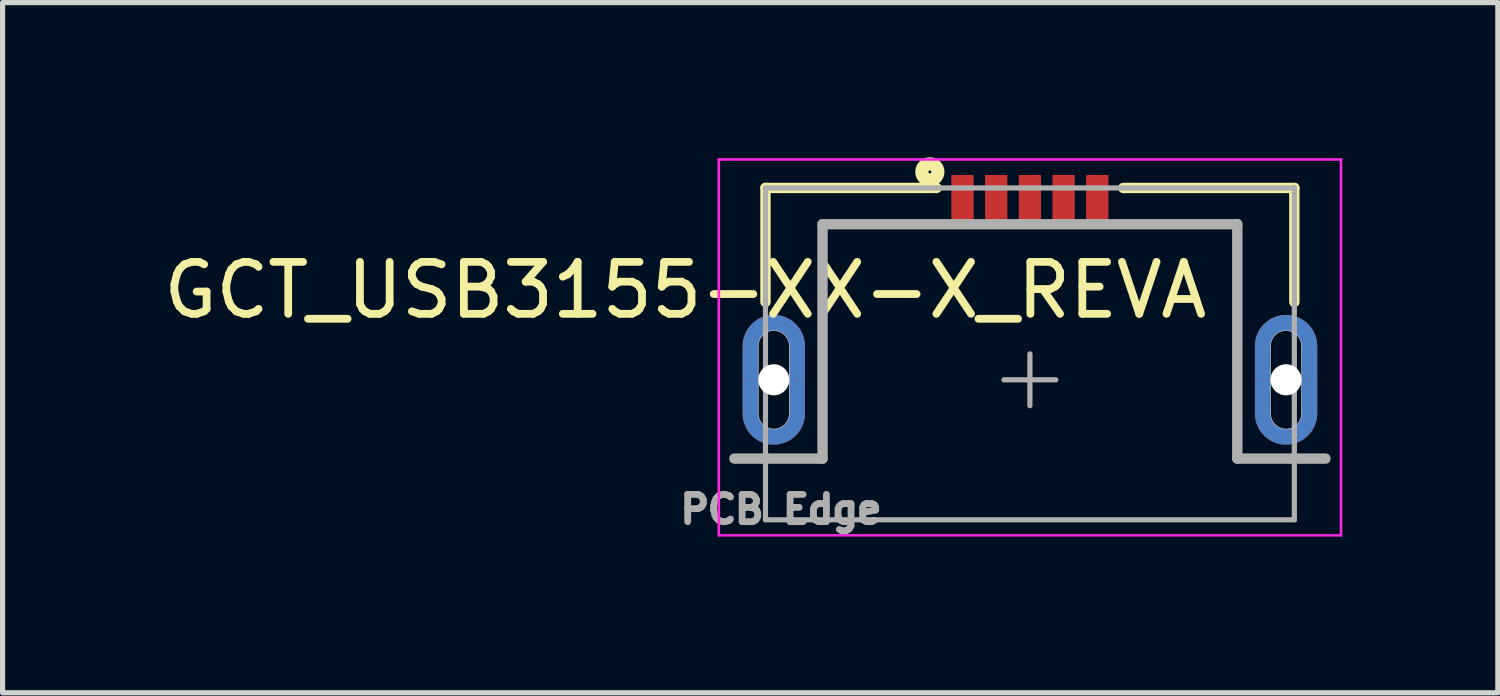
<source format=kicad_pcb>
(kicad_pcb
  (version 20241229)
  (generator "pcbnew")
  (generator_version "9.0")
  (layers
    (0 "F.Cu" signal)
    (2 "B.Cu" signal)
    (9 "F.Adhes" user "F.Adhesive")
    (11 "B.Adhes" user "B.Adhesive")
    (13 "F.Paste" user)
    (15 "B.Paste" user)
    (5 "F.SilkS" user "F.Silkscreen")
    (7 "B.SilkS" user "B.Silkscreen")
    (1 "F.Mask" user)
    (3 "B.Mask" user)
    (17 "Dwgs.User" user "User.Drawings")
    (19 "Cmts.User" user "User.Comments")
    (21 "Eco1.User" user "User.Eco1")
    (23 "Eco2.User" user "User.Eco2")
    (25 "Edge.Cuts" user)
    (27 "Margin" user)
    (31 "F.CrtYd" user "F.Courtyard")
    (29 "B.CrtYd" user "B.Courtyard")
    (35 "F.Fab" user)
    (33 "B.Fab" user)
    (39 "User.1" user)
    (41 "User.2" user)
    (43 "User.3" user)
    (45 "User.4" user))
  (footprint "GCT_USB3155-XX-X_REVA"
    (layer "F.Cu")
    (at 16.814 4.275)
    (property "Reference" "GCT_USB3155-XX-X_REVA" (at -6.647 -1.728 180) (layer "F.SilkS") (effects (font (size 1.002 1.002) (thickness 0.15))))
    (attr smd)
    (fp_poly (pts (xy -5.24 0) (xy -5.54 0) (xy -5.54 0.65) (xy -5.539 0.681) (xy -5.537 0.713) (xy -5.533 0.744) (xy -5.527 0.775) (xy -5.52 0.805) (xy -5.511 0.835) (xy -5.5 0.865) (xy -5.488 0.894) (xy -5.475 0.922) (xy -5.46 0.95) (xy -5.443 0.977) (xy -5.425 1.003) (xy -5.406 1.028) (xy -5.386 1.051) (xy -5.364 1.074) (xy -5.341 1.096) (xy -5.318 1.116) (xy -5.293 1.135) (xy -5.267 1.153) (xy -5.24 1.17) (xy -5.212 1.185) (xy -5.184 1.198) (xy -5.155 1.21) (xy -5.125 1.221) (xy -5.095 1.23) (xy -5.065 1.237) (xy -5.034 1.243) (xy -5.003 1.247) (xy -4.971 1.249) (xy -4.94 1.25) (xy -4.909 1.249) (xy -4.877 1.247) (xy -4.846 1.243) (xy -4.815 1.237) (xy -4.785 1.23) (xy -4.755 1.221) (xy -4.725 1.21) (xy -4.696 1.198) (xy -4.668 1.185) (xy -4.64 1.17) (xy -4.613 1.153) (xy -4.587 1.135) (xy -4.562 1.116) (xy -4.539 1.096) (xy -4.516 1.074) (xy -4.494 1.051) (xy -4.474 1.028) (xy -4.455 1.003) (xy -4.437 0.977) (xy -4.42 0.95) (xy -4.405 0.922) (xy -4.392 0.894) (xy -4.38 0.865) (xy -4.369 0.835) (xy -4.36 0.805) (xy -4.353 0.775) (xy -4.347 0.744) (xy -4.343 0.713) (xy -4.341 0.681) (xy -4.34 0.65) (xy -4.34 0) (xy -4.64 0) (xy -4.64 0.65) (xy -4.64 0.666) (xy -4.642 0.681) (xy -4.644 0.697) (xy -4.647 0.712) (xy -4.65 0.728) (xy -4.655 0.743) (xy -4.66 0.758) (xy -4.666 0.772) (xy -4.673 0.786) (xy -4.68 0.8) (xy -4.688 0.813) (xy -4.697 0.826) (xy -4.707 0.839) (xy -4.717 0.851) (xy -4.728 0.862) (xy -4.739 0.873) (xy -4.751 0.883) (xy -4.764 0.893) (xy -4.777 0.902) (xy -4.79 0.91) (xy -4.804 0.917) (xy -4.818 0.924) (xy -4.832 0.93) (xy -4.847 0.935) (xy -4.862 0.94) (xy -4.878 0.943) (xy -4.893 0.946) (xy -4.909 0.948) (xy -4.924 0.95) (xy -4.94 0.95) (xy -4.956 0.95) (xy -4.971 0.948) (xy -4.987 0.946) (xy -5.002 0.943) (xy -5.018 0.94) (xy -5.033 0.935) (xy -5.048 0.93) (xy -5.062 0.924) (xy -5.076 0.917) (xy -5.09 0.91) (xy -5.103 0.902) (xy -5.116 0.893) (xy -5.129 0.883) (xy -5.141 0.873) (xy -5.152 0.862) (xy -5.163 0.851) (xy -5.173 0.839) (xy -5.183 0.826) (xy -5.192 0.813) (xy -5.2 0.8) (xy -5.207 0.786) (xy -5.214 0.772) (xy -5.22 0.758) (xy -5.225 0.743) (xy -5.23 0.728) (xy -5.233 0.712) (xy -5.236 0.697) (xy -5.238 0.681) (xy -5.24 0.666) (xy -5.24 0.65) (xy -5.24 0)) (stroke (width 0.001) (type solid)) (fill yes) (layer "F.Cu"))
    (fp_poly (pts (xy 4.64 0) (xy 4.34 0) (xy 4.34 0.65) (xy 4.341 0.681) (xy 4.343 0.713) (xy 4.347 0.744) (xy 4.353 0.775) (xy 4.36 0.805) (xy 4.369 0.835) (xy 4.38 0.865) (xy 4.392 0.894) (xy 4.405 0.922) (xy 4.42 0.95) (xy 4.437 0.977) (xy 4.455 1.003) (xy 4.474 1.028) (xy 4.494 1.051) (xy 4.516 1.074) (xy 4.539 1.096) (xy 4.562 1.116) (xy 4.587 1.135) (xy 4.613 1.153) (xy 4.64 1.17) (xy 4.668 1.185) (xy 4.696 1.198) (xy 4.725 1.21) (xy 4.755 1.221) (xy 4.785 1.23) (xy 4.815 1.237) (xy 4.846 1.243) (xy 4.877 1.247) (xy 4.909 1.249) (xy 4.94 1.25) (xy 4.971 1.249) (xy 5.003 1.247) (xy 5.034 1.243) (xy 5.065 1.237) (xy 5.095 1.23) (xy 5.125 1.221) (xy 5.155 1.21) (xy 5.184 1.198) (xy 5.212 1.185) (xy 5.24 1.17) (xy 5.267 1.153) (xy 5.293 1.135) (xy 5.318 1.116) (xy 5.341 1.096) (xy 5.364 1.074) (xy 5.386 1.051) (xy 5.406 1.028) (xy 5.425 1.003) (xy 5.443 0.977) (xy 5.46 0.95) (xy 5.475 0.922) (xy 5.488 0.894) (xy 5.5 0.865) (xy 5.511 0.835) (xy 5.52 0.805) (xy 5.527 0.775) (xy 5.533 0.744) (xy 5.537 0.713) (xy 5.539 0.681) (xy 5.54 0.65) (xy 5.54 0) (xy 5.24 0) (xy 5.24 0.65) (xy 5.24 0.666) (xy 5.238 0.681) (xy 5.236 0.697) (xy 5.233 0.712) (xy 5.23 0.728) (xy 5.225 0.743) (xy 5.22 0.758) (xy 5.214 0.772) (xy 5.207 0.786) (xy 5.2 0.8) (xy 5.192 0.813) (xy 5.183 0.826) (xy 5.173 0.839) (xy 5.163 0.851) (xy 5.152 0.862) (xy 5.141 0.873) (xy 5.129 0.883) (xy 5.116 0.893) (xy 5.103 0.902) (xy 5.09 0.91) (xy 5.076 0.917) (xy 5.062 0.924) (xy 5.048 0.93) (xy 5.033 0.935) (xy 5.018 0.94) (xy 5.002 0.943) (xy 4.987 0.946) (xy 4.971 0.948) (xy 4.956 0.95) (xy 4.94 0.95) (xy 4.924 0.95) (xy 4.909 0.948) (xy 4.893 0.946) (xy 4.878 0.943) (xy 4.862 0.94) (xy 4.847 0.935) (xy 4.832 0.93) (xy 4.818 0.924) (xy 4.804 0.917) (xy 4.79 0.91) (xy 4.777 0.902) (xy 4.764 0.893) (xy 4.751 0.883) (xy 4.739 0.873) (xy 4.728 0.862) (xy 4.717 0.851) (xy 4.707 0.839) (xy 4.697 0.826) (xy 4.688 0.813) (xy 4.68 0.8) (xy 4.673 0.786) (xy 4.666 0.772) (xy 4.66 0.758) (xy 4.655 0.743) (xy 4.65 0.728) (xy 4.647 0.712) (xy 4.644 0.697) (xy 4.642 0.681) (xy 4.64 0.666) (xy 4.64 0.65) (xy 4.64 0)) (stroke (width 0.001) (type solid)) (fill yes) (layer "F.Cu"))
    (fp_poly (pts (xy -5.649 -1.35) (xy -4.24 -1.35) (xy -4.24 1.352) (xy -5.649 1.352)) (stroke (width 0.01) (type solid)) (fill yes) (layer "F.Mask"))
    (fp_poly (pts (xy 4.244 -1.35) (xy 5.64 -1.35) (xy 5.64 1.351) (xy 4.244 1.351)) (stroke (width 0.01) (type solid)) (fill yes) (layer "F.Mask"))
    (fp_poly (pts (xy -5.24 0) (xy -5.54 0) (xy -5.54 0.65) (xy -5.539 0.681) (xy -5.537 0.713) (xy -5.533 0.744) (xy -5.527 0.775) (xy -5.52 0.805) (xy -5.511 0.835) (xy -5.5 0.865) (xy -5.488 0.894) (xy -5.475 0.922) (xy -5.46 0.95) (xy -5.443 0.977) (xy -5.425 1.003) (xy -5.406 1.028) (xy -5.386 1.051) (xy -5.364 1.074) (xy -5.341 1.096) (xy -5.318 1.116) (xy -5.293 1.135) (xy -5.267 1.153) (xy -5.24 1.17) (xy -5.212 1.185) (xy -5.184 1.198) (xy -5.155 1.21) (xy -5.125 1.221) (xy -5.095 1.23) (xy -5.065 1.237) (xy -5.034 1.243) (xy -5.003 1.247) (xy -4.971 1.249) (xy -4.94 1.25) (xy -4.909 1.249) (xy -4.877 1.247) (xy -4.846 1.243) (xy -4.815 1.237) (xy -4.785 1.23) (xy -4.755 1.221) (xy -4.725 1.21) (xy -4.696 1.198) (xy -4.668 1.185) (xy -4.64 1.17) (xy -4.613 1.153) (xy -4.587 1.135) (xy -4.562 1.116) (xy -4.539 1.096) (xy -4.516 1.074) (xy -4.494 1.051) (xy -4.474 1.028) (xy -4.455 1.003) (xy -4.437 0.977) (xy -4.42 0.95) (xy -4.405 0.922) (xy -4.392 0.894) (xy -4.38 0.865) (xy -4.369 0.835) (xy -4.36 0.805) (xy -4.353 0.775) (xy -4.347 0.744) (xy -4.343 0.713) (xy -4.341 0.681) (xy -4.34 0.65) (xy -4.34 0) (xy -4.64 0) (xy -4.64 0.65) (xy -4.64 0.666) (xy -4.642 0.681) (xy -4.644 0.697) (xy -4.647 0.712) (xy -4.65 0.728) (xy -4.655 0.743) (xy -4.66 0.758) (xy -4.666 0.772) (xy -4.673 0.786) (xy -4.68 0.8) (xy -4.688 0.813) (xy -4.697 0.826) (xy -4.707 0.839) (xy -4.717 0.851) (xy -4.728 0.862) (xy -4.739 0.873) (xy -4.751 0.883) (xy -4.764 0.893) (xy -4.777 0.902) (xy -4.79 0.91) (xy -4.804 0.917) (xy -4.818 0.924) (xy -4.832 0.93) (xy -4.847 0.935) (xy -4.862 0.94) (xy -4.878 0.943) (xy -4.893 0.946) (xy -4.909 0.948) (xy -4.924 0.95) (xy -4.94 0.95) (xy -4.956 0.95) (xy -4.971 0.948) (xy -4.987 0.946) (xy -5.002 0.943) (xy -5.018 0.94) (xy -5.033 0.935) (xy -5.048 0.93) (xy -5.062 0.924) (xy -5.076 0.917) (xy -5.09 0.91) (xy -5.103 0.902) (xy -5.116 0.893) (xy -5.129 0.883) (xy -5.141 0.873) (xy -5.152 0.862) (xy -5.163 0.851) (xy -5.173 0.839) (xy -5.183 0.826) (xy -5.192 0.813) (xy -5.2 0.8) (xy -5.207 0.786) (xy -5.214 0.772) (xy -5.22 0.758) (xy -5.225 0.743) (xy -5.23 0.728) (xy -5.233 0.712) (xy -5.236 0.697) (xy -5.238 0.681) (xy -5.24 0.666) (xy -5.24 0.65) (xy -5.24 0)) (stroke (width 0.001) (type solid)) (fill yes) (layer "B.Cu"))
    (fp_poly (pts (xy -4.64 0) (xy -4.34 0) (xy -4.34 -0.65) (xy -4.341 -0.681) (xy -4.343 -0.713) (xy -4.347 -0.744) (xy -4.353 -0.775) (xy -4.36 -0.805) (xy -4.369 -0.835) (xy -4.38 -0.865) (xy -4.392 -0.894) (xy -4.405 -0.922) (xy -4.42 -0.95) (xy -4.437 -0.977) (xy -4.455 -1.003) (xy -4.474 -1.028) (xy -4.494 -1.051) (xy -4.516 -1.074) (xy -4.539 -1.096) (xy -4.562 -1.116) (xy -4.587 -1.135) (xy -4.613 -1.153) (xy -4.64 -1.17) (xy -4.668 -1.185) (xy -4.696 -1.198) (xy -4.725 -1.21) (xy -4.755 -1.221) (xy -4.785 -1.23) (xy -4.815 -1.237) (xy -4.846 -1.243) (xy -4.877 -1.247) (xy -4.909 -1.249) (xy -4.94 -1.25) (xy -4.971 -1.249) (xy -5.003 -1.247) (xy -5.034 -1.243) (xy -5.065 -1.237) (xy -5.095 -1.23) (xy -5.125 -1.221) (xy -5.155 -1.21) (xy -5.184 -1.198) (xy -5.212 -1.185) (xy -5.24 -1.17) (xy -5.267 -1.153) (xy -5.293 -1.135) (xy -5.318 -1.116) (xy -5.341 -1.096) (xy -5.364 -1.074) (xy -5.386 -1.051) (xy -5.406 -1.028) (xy -5.425 -1.003) (xy -5.443 -0.977) (xy -5.46 -0.95) (xy -5.475 -0.922) (xy -5.488 -0.894) (xy -5.5 -0.865) (xy -5.511 -0.835) (xy -5.52 -0.805) (xy -5.527 -0.775) (xy -5.533 -0.744) (xy -5.537 -0.713) (xy -5.539 -0.681) (xy -5.54 -0.65) (xy -5.54 0) (xy -5.24 0) (xy -5.24 -0.65) (xy -5.24 -0.666) (xy -5.238 -0.681) (xy -5.236 -0.697) (xy -5.233 -0.712) (xy -5.23 -0.728) (xy -5.225 -0.743) (xy -5.22 -0.758) (xy -5.214 -0.772) (xy -5.207 -0.786) (xy -5.2 -0.8) (xy -5.192 -0.813) (xy -5.183 -0.826) (xy -5.173 -0.839) (xy -5.163 -0.851) (xy -5.152 -0.862) (xy -5.141 -0.873) (xy -5.129 -0.883) (xy -5.116 -0.893) (xy -5.103 -0.902) (xy -5.09 -0.91) (xy -5.076 -0.917) (xy -5.062 -0.924) (xy -5.048 -0.93) (xy -5.033 -0.935) (xy -5.018 -0.94) (xy -5.002 -0.943) (xy -4.987 -0.946) (xy -4.971 -0.948) (xy -4.956 -0.95) (xy -4.94 -0.95) (xy -4.924 -0.95) (xy -4.909 -0.948) (xy -4.893 -0.946) (xy -4.878 -0.943) (xy -4.862 -0.94) (xy -4.847 -0.935) (xy -4.832 -0.93) (xy -4.818 -0.924) (xy -4.804 -0.917) (xy -4.79 -0.91) (xy -4.777 -0.902) (xy -4.764 -0.893) (xy -4.751 -0.883) (xy -4.739 -0.873) (xy -4.728 -0.862) (xy -4.717 -0.851) (xy -4.707 -0.839) (xy -4.697 -0.826) (xy -4.688 -0.813) (xy -4.68 -0.8) (xy -4.673 -0.786) (xy -4.666 -0.772) (xy -4.66 -0.758) (xy -4.655 -0.743) (xy -4.65 -0.728) (xy -4.647 -0.712) (xy -4.644 -0.697) (xy -4.642 -0.681) (xy -4.64 -0.666) (xy -4.64 -0.65) (xy -4.64 0)) (stroke (width 0.001) (type solid)) (fill yes) (layer "B.Cu"))
    (fp_poly (pts (xy 4.64 0) (xy 4.34 0) (xy 4.34 0.65) (xy 4.341 0.681) (xy 4.343 0.713) (xy 4.347 0.744) (xy 4.353 0.775) (xy 4.36 0.805) (xy 4.369 0.835) (xy 4.38 0.865) (xy 4.392 0.894) (xy 4.405 0.922) (xy 4.42 0.95) (xy 4.437 0.977) (xy 4.455 1.003) (xy 4.474 1.028) (xy 4.494 1.051) (xy 4.516 1.074) (xy 4.539 1.096) (xy 4.562 1.116) (xy 4.587 1.135) (xy 4.613 1.153) (xy 4.64 1.17) (xy 4.668 1.185) (xy 4.696 1.198) (xy 4.725 1.21) (xy 4.755 1.221) (xy 4.785 1.23) (xy 4.815 1.237) (xy 4.846 1.243) (xy 4.877 1.247) (xy 4.909 1.249) (xy 4.94 1.25) (xy 4.971 1.249) (xy 5.003 1.247) (xy 5.034 1.243) (xy 5.065 1.237) (xy 5.095 1.23) (xy 5.125 1.221) (xy 5.155 1.21) (xy 5.184 1.198) (xy 5.212 1.185) (xy 5.24 1.17) (xy 5.267 1.153) (xy 5.293 1.135) (xy 5.318 1.116) (xy 5.341 1.096) (xy 5.364 1.074) (xy 5.386 1.051) (xy 5.406 1.028) (xy 5.425 1.003) (xy 5.443 0.977) (xy 5.46 0.95) (xy 5.475 0.922) (xy 5.488 0.894) (xy 5.5 0.865) (xy 5.511 0.835) (xy 5.52 0.805) (xy 5.527 0.775) (xy 5.533 0.744) (xy 5.537 0.713) (xy 5.539 0.681) (xy 5.54 0.65) (xy 5.54 0) (xy 5.24 0) (xy 5.24 0.65) (xy 5.24 0.666) (xy 5.238 0.681) (xy 5.236 0.697) (xy 5.233 0.712) (xy 5.23 0.728) (xy 5.225 0.743) (xy 5.22 0.758) (xy 5.214 0.772) (xy 5.207 0.786) (xy 5.2 0.8) (xy 5.192 0.813) (xy 5.183 0.826) (xy 5.173 0.839) (xy 5.163 0.851) (xy 5.152 0.862) (xy 5.141 0.873) (xy 5.129 0.883) (xy 5.116 0.893) (xy 5.103 0.902) (xy 5.09 0.91) (xy 5.076 0.917) (xy 5.062 0.924) (xy 5.048 0.93) (xy 5.033 0.935) (xy 5.018 0.94) (xy 5.002 0.943) (xy 4.987 0.946) (xy 4.971 0.948) (xy 4.956 0.95) (xy 4.94 0.95) (xy 4.924 0.95) (xy 4.909 0.948) (xy 4.893 0.946) (xy 4.878 0.943) (xy 4.862 0.94) (xy 4.847 0.935) (xy 4.832 0.93) (xy 4.818 0.924) (xy 4.804 0.917) (xy 4.79 0.91) (xy 4.777 0.902) (xy 4.764 0.893) (xy 4.751 0.883) (xy 4.739 0.873) (xy 4.728 0.862) (xy 4.717 0.851) (xy 4.707 0.839) (xy 4.697 0.826) (xy 4.688 0.813) (xy 4.68 0.8) (xy 4.673 0.786) (xy 4.666 0.772) (xy 4.66 0.758) (xy 4.655 0.743) (xy 4.65 0.728) (xy 4.647 0.712) (xy 4.644 0.697) (xy 4.642 0.681) (xy 4.64 0.666) (xy 4.64 0.65) (xy 4.64 0)) (stroke (width 0.001) (type solid)) (fill yes) (layer "B.Cu"))
    (fp_poly (pts (xy 5.24 0) (xy 5.54 0) (xy 5.54 -0.65) (xy 5.539 -0.681) (xy 5.537 -0.713) (xy 5.533 -0.744) (xy 5.527 -0.775) (xy 5.52 -0.805) (xy 5.511 -0.835) (xy 5.5 -0.865) (xy 5.488 -0.894) (xy 5.475 -0.922) (xy 5.46 -0.95) (xy 5.443 -0.977) (xy 5.425 -1.003) (xy 5.406 -1.028) (xy 5.386 -1.051) (xy 5.364 -1.074) (xy 5.341 -1.096) (xy 5.318 -1.116) (xy 5.293 -1.135) (xy 5.267 -1.153) (xy 5.24 -1.17) (xy 5.212 -1.185) (xy 5.184 -1.198) (xy 5.155 -1.21) (xy 5.125 -1.221) (xy 5.095 -1.23) (xy 5.065 -1.237) (xy 5.034 -1.243) (xy 5.003 -1.247) (xy 4.971 -1.249) (xy 4.94 -1.25) (xy 4.909 -1.249) (xy 4.877 -1.247) (xy 4.846 -1.243) (xy 4.815 -1.237) (xy 4.785 -1.23) (xy 4.755 -1.221) (xy 4.725 -1.21) (xy 4.696 -1.198) (xy 4.668 -1.185) (xy 4.64 -1.17) (xy 4.613 -1.153) (xy 4.587 -1.135) (xy 4.562 -1.116) (xy 4.539 -1.096) (xy 4.516 -1.074) (xy 4.494 -1.051) (xy 4.474 -1.028) (xy 4.455 -1.003) (xy 4.437 -0.977) (xy 4.42 -0.95) (xy 4.405 -0.922) (xy 4.392 -0.894) (xy 4.38 -0.865) (xy 4.369 -0.835) (xy 4.36 -0.805) (xy 4.353 -0.775) (xy 4.347 -0.744) (xy 4.343 -0.713) (xy 4.341 -0.681) (xy 4.34 -0.65) (xy 4.34 0) (xy 4.64 0) (xy 4.64 -0.65) (xy 4.64 -0.666) (xy 4.642 -0.681) (xy 4.644 -0.697) (xy 4.647 -0.712) (xy 4.65 -0.728) (xy 4.655 -0.743) (xy 4.66 -0.758) (xy 4.666 -0.772) (xy 4.673 -0.786) (xy 4.68 -0.8) (xy 4.688 -0.813) (xy 4.697 -0.826) (xy 4.707 -0.839) (xy 4.717 -0.851) (xy 4.728 -0.862) (xy 4.739 -0.873) (xy 4.751 -0.883) (xy 4.764 -0.893) (xy 4.777 -0.902) (xy 4.79 -0.91) (xy 4.804 -0.917) (xy 4.818 -0.924) (xy 4.832 -0.93) (xy 4.847 -0.935) (xy 4.862 -0.94) (xy 4.878 -0.943) (xy 4.893 -0.946) (xy 4.909 -0.948) (xy 4.924 -0.95) (xy 4.94 -0.95) (xy 4.956 -0.95) (xy 4.971 -0.948) (xy 4.987 -0.946) (xy 5.002 -0.943) (xy 5.018 -0.94) (xy 5.033 -0.935) (xy 5.048 -0.93) (xy 5.062 -0.924) (xy 5.076 -0.917) (xy 5.09 -0.91) (xy 5.103 -0.902) (xy 5.116 -0.893) (xy 5.129 -0.883) (xy 5.141 -0.873) (xy 5.152 -0.862) (xy 5.163 -0.851) (xy 5.173 -0.839) (xy 5.183 -0.826) (xy 5.192 -0.813) (xy 5.2 -0.8) (xy 5.207 -0.786) (xy 5.214 -0.772) (xy 5.22 -0.758) (xy 5.225 -0.743) (xy 5.23 -0.728) (xy 5.233 -0.712) (xy 5.236 -0.697) (xy 5.238 -0.681) (xy 5.24 -0.666) (xy 5.24 -0.65) (xy 5.24 0)) (stroke (width 0.001) (type solid)) (fill yes) (layer "B.Cu"))
    (fp_poly (pts (xy -5.643 -1.35) (xy -4.24 -1.35) (xy -4.24 1.351) (xy -5.643 1.351)) (stroke (width 0.01) (type solid)) (fill yes) (layer "B.Mask"))
    (fp_poly (pts (xy 4.243 -1.35) (xy 5.64 -1.35) (xy 5.64 1.351) (xy 4.243 1.351)) (stroke (width 0.01) (type solid)) (fill yes) (layer "B.Mask"))
    (fp_line (start -5.1 -3.7) (end -1.8 -3.7) (stroke (width 0.2) (type solid)) (layer "F.SilkS"))
    (fp_line (start -5.1 -1.5) (end -5.1 -3.7) (stroke (width 0.2) (type solid)) (layer "F.SilkS"))
    (fp_line (start 1.8 -3.7) (end 5.1 -3.7) (stroke (width 0.2) (type solid)) (layer "F.SilkS"))
    (fp_line (start 5.1 -1.5) (end 5.1 -3.7) (stroke (width 0.2) (type solid)) (layer "F.SilkS"))
    (fp_circle (center -1.93 -4.01) (end -1.902 -4.01) (stroke (width 0.254) (type solid)) (fill no) (layer "F.SilkS"))
    (fp_poly (pts (xy -5.24 0) (xy -5.54 0) (xy -5.54 0.65) (xy -5.539 0.681) (xy -5.537 0.713) (xy -5.533 0.744) (xy -5.527 0.775) (xy -5.52 0.805) (xy -5.511 0.835) (xy -5.5 0.865) (xy -5.488 0.894) (xy -5.475 0.922) (xy -5.46 0.95) (xy -5.443 0.977) (xy -5.425 1.003) (xy -5.406 1.028) (xy -5.386 1.051) (xy -5.364 1.074) (xy -5.341 1.096) (xy -5.318 1.116) (xy -5.293 1.135) (xy -5.267 1.153) (xy -5.24 1.17) (xy -5.212 1.185) (xy -5.184 1.198) (xy -5.155 1.21) (xy -5.125 1.221) (xy -5.095 1.23) (xy -5.065 1.237) (xy -5.034 1.243) (xy -5.003 1.247) (xy -4.971 1.249) (xy -4.94 1.25) (xy -4.909 1.249) (xy -4.877 1.247) (xy -4.846 1.243) (xy -4.815 1.237) (xy -4.785 1.23) (xy -4.755 1.221) (xy -4.725 1.21) (xy -4.696 1.198) (xy -4.668 1.185) (xy -4.64 1.17) (xy -4.613 1.153) (xy -4.587 1.135) (xy -4.562 1.116) (xy -4.539 1.096) (xy -4.516 1.074) (xy -4.494 1.051) (xy -4.474 1.028) (xy -4.455 1.003) (xy -4.437 0.977) (xy -4.42 0.95) (xy -4.405 0.922) (xy -4.392 0.894) (xy -4.38 0.865) (xy -4.369 0.835) (xy -4.36 0.805) (xy -4.353 0.775) (xy -4.347 0.744) (xy -4.343 0.713) (xy -4.341 0.681) (xy -4.34 0.65) (xy -4.34 0) (xy -4.64 0) (xy -4.64 0.65) (xy -4.64 0.666) (xy -4.642 0.681) (xy -4.644 0.697) (xy -4.647 0.712) (xy -4.65 0.728) (xy -4.655 0.743) (xy -4.66 0.758) (xy -4.666 0.772) (xy -4.673 0.786) (xy -4.68 0.8) (xy -4.688 0.813) (xy -4.697 0.826) (xy -4.707 0.839) (xy -4.717 0.851) (xy -4.728 0.862) (xy -4.739 0.873) (xy -4.751 0.883) (xy -4.764 0.893) (xy -4.777 0.902) (xy -4.79 0.91) (xy -4.804 0.917) (xy -4.818 0.924) (xy -4.832 0.93) (xy -4.847 0.935) (xy -4.862 0.94) (xy -4.878 0.943) (xy -4.893 0.946) (xy -4.909 0.948) (xy -4.924 0.95) (xy -4.94 0.95) (xy -4.956 0.95) (xy -4.971 0.948) (xy -4.987 0.946) (xy -5.002 0.943) (xy -5.018 0.94) (xy -5.033 0.935) (xy -5.048 0.93) (xy -5.062 0.924) (xy -5.076 0.917) (xy -5.09 0.91) (xy -5.103 0.902) (xy -5.116 0.893) (xy -5.129 0.883) (xy -5.141 0.873) (xy -5.152 0.862) (xy -5.163 0.851) (xy -5.173 0.839) (xy -5.183 0.826) (xy -5.192 0.813) (xy -5.2 0.8) (xy -5.207 0.786) (xy -5.214 0.772) (xy -5.22 0.758) (xy -5.225 0.743) (xy -5.23 0.728) (xy -5.233 0.712) (xy -5.236 0.697) (xy -5.238 0.681) (xy -5.24 0.666) (xy -5.24 0.65) (xy -5.24 0)) (stroke (width 0.001) (type solid)) (fill yes) (layer "F.Paste"))
    (fp_poly (pts (xy -4.64 0) (xy -4.34 0) (xy -4.34 -0.65) (xy -4.341 -0.681) (xy -4.343 -0.713) (xy -4.347 -0.744) (xy -4.353 -0.775) (xy -4.36 -0.805) (xy -4.369 -0.835) (xy -4.38 -0.865) (xy -4.392 -0.894) (xy -4.405 -0.922) (xy -4.42 -0.95) (xy -4.437 -0.977) (xy -4.455 -1.003) (xy -4.474 -1.028) (xy -4.494 -1.051) (xy -4.516 -1.074) (xy -4.539 -1.096) (xy -4.562 -1.116) (xy -4.587 -1.135) (xy -4.613 -1.153) (xy -4.64 -1.17) (xy -4.668 -1.185) (xy -4.696 -1.198) (xy -4.725 -1.21) (xy -4.755 -1.221) (xy -4.785 -1.23) (xy -4.815 -1.237) (xy -4.846 -1.243) (xy -4.877 -1.247) (xy -4.909 -1.249) (xy -4.94 -1.25) (xy -4.971 -1.249) (xy -5.003 -1.247) (xy -5.034 -1.243) (xy -5.065 -1.237) (xy -5.095 -1.23) (xy -5.125 -1.221) (xy -5.155 -1.21) (xy -5.184 -1.198) (xy -5.212 -1.185) (xy -5.24 -1.17) (xy -5.267 -1.153) (xy -5.293 -1.135) (xy -5.318 -1.116) (xy -5.341 -1.096) (xy -5.364 -1.074) (xy -5.386 -1.051) (xy -5.406 -1.028) (xy -5.425 -1.003) (xy -5.443 -0.977) (xy -5.46 -0.95) (xy -5.475 -0.922) (xy -5.488 -0.894) (xy -5.5 -0.865) (xy -5.511 -0.835) (xy -5.52 -0.805) (xy -5.527 -0.775) (xy -5.533 -0.744) (xy -5.537 -0.713) (xy -5.539 -0.681) (xy -5.54 -0.65) (xy -5.54 0) (xy -5.24 0) (xy -5.24 -0.65) (xy -5.24 -0.666) (xy -5.238 -0.681) (xy -5.236 -0.697) (xy -5.233 -0.712) (xy -5.23 -0.728) (xy -5.225 -0.743) (xy -5.22 -0.758) (xy -5.214 -0.772) (xy -5.207 -0.786) (xy -5.2 -0.8) (xy -5.192 -0.813) (xy -5.183 -0.826) (xy -5.173 -0.839) (xy -5.163 -0.851) (xy -5.152 -0.862) (xy -5.141 -0.873) (xy -5.129 -0.883) (xy -5.116 -0.893) (xy -5.103 -0.902) (xy -5.09 -0.91) (xy -5.076 -0.917) (xy -5.062 -0.924) (xy -5.048 -0.93) (xy -5.033 -0.935) (xy -5.018 -0.94) (xy -5.002 -0.943) (xy -4.987 -0.946) (xy -4.971 -0.948) (xy -4.956 -0.95) (xy -4.94 -0.95) (xy -4.924 -0.95) (xy -4.909 -0.948) (xy -4.893 -0.946) (xy -4.878 -0.943) (xy -4.862 -0.94) (xy -4.847 -0.935) (xy -4.832 -0.93) (xy -4.818 -0.924) (xy -4.804 -0.917) (xy -4.79 -0.91) (xy -4.777 -0.902) (xy -4.764 -0.893) (xy -4.751 -0.883) (xy -4.739 -0.873) (xy -4.728 -0.862) (xy -4.717 -0.851) (xy -4.707 -0.839) (xy -4.697 -0.826) (xy -4.688 -0.813) (xy -4.68 -0.8) (xy -4.673 -0.786) (xy -4.666 -0.772) (xy -4.66 -0.758) (xy -4.655 -0.743) (xy -4.65 -0.728) (xy -4.647 -0.712) (xy -4.644 -0.697) (xy -4.642 -0.681) (xy -4.64 -0.666) (xy -4.64 -0.65) (xy -4.64 0)) (stroke (width 0.001) (type solid)) (fill yes) (layer "F.Paste"))
    (fp_poly (pts (xy 4.64 0) (xy 4.34 0) (xy 4.34 0.65) (xy 4.341 0.681) (xy 4.343 0.713) (xy 4.347 0.744) (xy 4.353 0.775) (xy 4.36 0.805) (xy 4.369 0.835) (xy 4.38 0.865) (xy 4.392 0.894) (xy 4.405 0.922) (xy 4.42 0.95) (xy 4.437 0.977) (xy 4.455 1.003) (xy 4.474 1.028) (xy 4.494 1.051) (xy 4.516 1.074) (xy 4.539 1.096) (xy 4.562 1.116) (xy 4.587 1.135) (xy 4.613 1.153) (xy 4.64 1.17) (xy 4.668 1.185) (xy 4.696 1.198) (xy 4.725 1.21) (xy 4.755 1.221) (xy 4.785 1.23) (xy 4.815 1.237) (xy 4.846 1.243) (xy 4.877 1.247) (xy 4.909 1.249) (xy 4.94 1.25) (xy 4.971 1.249) (xy 5.003 1.247) (xy 5.034 1.243) (xy 5.065 1.237) (xy 5.095 1.23) (xy 5.125 1.221) (xy 5.155 1.21) (xy 5.184 1.198) (xy 5.212 1.185) (xy 5.24 1.17) (xy 5.267 1.153) (xy 5.293 1.135) (xy 5.318 1.116) (xy 5.341 1.096) (xy 5.364 1.074) (xy 5.386 1.051) (xy 5.406 1.028) (xy 5.425 1.003) (xy 5.443 0.977) (xy 5.46 0.95) (xy 5.475 0.922) (xy 5.488 0.894) (xy 5.5 0.865) (xy 5.511 0.835) (xy 5.52 0.805) (xy 5.527 0.775) (xy 5.533 0.744) (xy 5.537 0.713) (xy 5.539 0.681) (xy 5.54 0.65) (xy 5.54 0) (xy 5.24 0) (xy 5.24 0.65) (xy 5.24 0.666) (xy 5.238 0.681) (xy 5.236 0.697) (xy 5.233 0.712) (xy 5.23 0.728) (xy 5.225 0.743) (xy 5.22 0.758) (xy 5.214 0.772) (xy 5.207 0.786) (xy 5.2 0.8) (xy 5.192 0.813) (xy 5.183 0.826) (xy 5.173 0.839) (xy 5.163 0.851) (xy 5.152 0.862) (xy 5.141 0.873) (xy 5.129 0.883) (xy 5.116 0.893) (xy 5.103 0.902) (xy 5.09 0.91) (xy 5.076 0.917) (xy 5.062 0.924) (xy 5.048 0.93) (xy 5.033 0.935) (xy 5.018 0.94) (xy 5.002 0.943) (xy 4.987 0.946) (xy 4.971 0.948) (xy 4.956 0.95) (xy 4.94 0.95) (xy 4.924 0.95) (xy 4.909 0.948) (xy 4.893 0.946) (xy 4.878 0.943) (xy 4.862 0.94) (xy 4.847 0.935) (xy 4.832 0.93) (xy 4.818 0.924) (xy 4.804 0.917) (xy 4.79 0.91) (xy 4.777 0.902) (xy 4.764 0.893) (xy 4.751 0.883) (xy 4.739 0.873) (xy 4.728 0.862) (xy 4.717 0.851) (xy 4.707 0.839) (xy 4.697 0.826) (xy 4.688 0.813) (xy 4.68 0.8) (xy 4.673 0.786) (xy 4.666 0.772) (xy 4.66 0.758) (xy 4.655 0.743) (xy 4.65 0.728) (xy 4.647 0.712) (xy 4.644 0.697) (xy 4.642 0.681) (xy 4.64 0.666) (xy 4.64 0.65) (xy 4.64 0)) (stroke (width 0.001) (type solid)) (fill yes) (layer "F.Paste"))
    (fp_poly (pts (xy 5.24 0) (xy 5.54 0) (xy 5.54 -0.65) (xy 5.539 -0.681) (xy 5.537 -0.713) (xy 5.533 -0.744) (xy 5.527 -0.775) (xy 5.52 -0.805) (xy 5.511 -0.835) (xy 5.5 -0.865) (xy 5.488 -0.894) (xy 5.475 -0.922) (xy 5.46 -0.95) (xy 5.443 -0.977) (xy 5.425 -1.003) (xy 5.406 -1.028) (xy 5.386 -1.051) (xy 5.364 -1.074) (xy 5.341 -1.096) (xy 5.318 -1.116) (xy 5.293 -1.135) (xy 5.267 -1.153) (xy 5.24 -1.17) (xy 5.212 -1.185) (xy 5.184 -1.198) (xy 5.155 -1.21) (xy 5.125 -1.221) (xy 5.095 -1.23) (xy 5.065 -1.237) (xy 5.034 -1.243) (xy 5.003 -1.247) (xy 4.971 -1.249) (xy 4.94 -1.25) (xy 4.909 -1.249) (xy 4.877 -1.247) (xy 4.846 -1.243) (xy 4.815 -1.237) (xy 4.785 -1.23) (xy 4.755 -1.221) (xy 4.725 -1.21) (xy 4.696 -1.198) (xy 4.668 -1.185) (xy 4.64 -1.17) (xy 4.613 -1.153) (xy 4.587 -1.135) (xy 4.562 -1.116) (xy 4.539 -1.096) (xy 4.516 -1.074) (xy 4.494 -1.051) (xy 4.474 -1.028) (xy 4.455 -1.003) (xy 4.437 -0.977) (xy 4.42 -0.95) (xy 4.405 -0.922) (xy 4.392 -0.894) (xy 4.38 -0.865) (xy 4.369 -0.835) (xy 4.36 -0.805) (xy 4.353 -0.775) (xy 4.347 -0.744) (xy 4.343 -0.713) (xy 4.341 -0.681) (xy 4.34 -0.65) (xy 4.34 0) (xy 4.64 0) (xy 4.64 -0.65) (xy 4.64 -0.666) (xy 4.642 -0.681) (xy 4.644 -0.697) (xy 4.647 -0.712) (xy 4.65 -0.728) (xy 4.655 -0.743) (xy 4.66 -0.758) (xy 4.666 -0.772) (xy 4.673 -0.786) (xy 4.68 -0.8) (xy 4.688 -0.813) (xy 4.697 -0.826) (xy 4.707 -0.839) (xy 4.717 -0.851) (xy 4.728 -0.862) (xy 4.739 -0.873) (xy 4.751 -0.883) (xy 4.764 -0.893) (xy 4.777 -0.902) (xy 4.79 -0.91) (xy 4.804 -0.917) (xy 4.818 -0.924) (xy 4.832 -0.93) (xy 4.847 -0.935) (xy 4.862 -0.94) (xy 4.878 -0.943) (xy 4.893 -0.946) (xy 4.909 -0.948) (xy 4.924 -0.95) (xy 4.94 -0.95) (xy 4.956 -0.95) (xy 4.971 -0.948) (xy 4.987 -0.946) (xy 5.002 -0.943) (xy 5.018 -0.94) (xy 5.033 -0.935) (xy 5.048 -0.93) (xy 5.062 -0.924) (xy 5.076 -0.917) (xy 5.09 -0.91) (xy 5.103 -0.902) (xy 5.116 -0.893) (xy 5.129 -0.883) (xy 5.141 -0.873) (xy 5.152 -0.862) (xy 5.163 -0.851) (xy 5.173 -0.839) (xy 5.183 -0.826) (xy 5.192 -0.813) (xy 5.2 -0.8) (xy 5.207 -0.786) (xy 5.214 -0.772) (xy 5.22 -0.758) (xy 5.225 -0.743) (xy 5.23 -0.728) (xy 5.233 -0.712) (xy 5.236 -0.697) (xy 5.238 -0.681) (xy 5.24 -0.666) (xy 5.24 -0.65) (xy 5.24 0)) (stroke (width 0.001) (type solid)) (fill yes) (layer "F.Paste"))
    (fp_poly (pts (xy -5.24 0) (xy -5.54 0) (xy -5.54 0.65) (xy -5.539 0.681) (xy -5.537 0.713) (xy -5.533 0.744) (xy -5.527 0.775) (xy -5.52 0.805) (xy -5.511 0.835) (xy -5.5 0.865) (xy -5.488 0.894) (xy -5.475 0.922) (xy -5.46 0.95) (xy -5.443 0.977) (xy -5.425 1.003) (xy -5.406 1.028) (xy -5.386 1.051) (xy -5.364 1.074) (xy -5.341 1.096) (xy -5.318 1.116) (xy -5.293 1.135) (xy -5.267 1.153) (xy -5.24 1.17) (xy -5.212 1.185) (xy -5.184 1.198) (xy -5.155 1.21) (xy -5.125 1.221) (xy -5.095 1.23) (xy -5.065 1.237) (xy -5.034 1.243) (xy -5.003 1.247) (xy -4.971 1.249) (xy -4.94 1.25) (xy -4.909 1.249) (xy -4.877 1.247) (xy -4.846 1.243) (xy -4.815 1.237) (xy -4.785 1.23) (xy -4.755 1.221) (xy -4.725 1.21) (xy -4.696 1.198) (xy -4.668 1.185) (xy -4.64 1.17) (xy -4.613 1.153) (xy -4.587 1.135) (xy -4.562 1.116) (xy -4.539 1.096) (xy -4.516 1.074) (xy -4.494 1.051) (xy -4.474 1.028) (xy -4.455 1.003) (xy -4.437 0.977) (xy -4.42 0.95) (xy -4.405 0.922) (xy -4.392 0.894) (xy -4.38 0.865) (xy -4.369 0.835) (xy -4.36 0.805) (xy -4.353 0.775) (xy -4.347 0.744) (xy -4.343 0.713) (xy -4.341 0.681) (xy -4.34 0.65) (xy -4.34 0) (xy -4.64 0) (xy -4.64 0.65) (xy -4.64 0.666) (xy -4.642 0.681) (xy -4.644 0.697) (xy -4.647 0.712) (xy -4.65 0.728) (xy -4.655 0.743) (xy -4.66 0.758) (xy -4.666 0.772) (xy -4.673 0.786) (xy -4.68 0.8) (xy -4.688 0.813) (xy -4.697 0.826) (xy -4.707 0.839) (xy -4.717 0.851) (xy -4.728 0.862) (xy -4.739 0.873) (xy -4.751 0.883) (xy -4.764 0.893) (xy -4.777 0.902) (xy -4.79 0.91) (xy -4.804 0.917) (xy -4.818 0.924) (xy -4.832 0.93) (xy -4.847 0.935) (xy -4.862 0.94) (xy -4.878 0.943) (xy -4.893 0.946) (xy -4.909 0.948) (xy -4.924 0.95) (xy -4.94 0.95) (xy -4.956 0.95) (xy -4.971 0.948) (xy -4.987 0.946) (xy -5.002 0.943) (xy -5.018 0.94) (xy -5.033 0.935) (xy -5.048 0.93) (xy -5.062 0.924) (xy -5.076 0.917) (xy -5.09 0.91) (xy -5.103 0.902) (xy -5.116 0.893) (xy -5.129 0.883) (xy -5.141 0.873) (xy -5.152 0.862) (xy -5.163 0.851) (xy -5.173 0.839) (xy -5.183 0.826) (xy -5.192 0.813) (xy -5.2 0.8) (xy -5.207 0.786) (xy -5.214 0.772) (xy -5.22 0.758) (xy -5.225 0.743) (xy -5.23 0.728) (xy -5.233 0.712) (xy -5.236 0.697) (xy -5.238 0.681) (xy -5.24 0.666) (xy -5.24 0.65) (xy -5.24 0)) (stroke (width 0.001) (type solid)) (fill yes) (layer "B.Paste"))
    (fp_poly (pts (xy -4.64 0) (xy -4.34 0) (xy -4.34 -0.65) (xy -4.341 -0.681) (xy -4.343 -0.713) (xy -4.347 -0.744) (xy -4.353 -0.775) (xy -4.36 -0.805) (xy -4.369 -0.835) (xy -4.38 -0.865) (xy -4.392 -0.894) (xy -4.405 -0.922) (xy -4.42 -0.95) (xy -4.437 -0.977) (xy -4.455 -1.003) (xy -4.474 -1.028) (xy -4.494 -1.051) (xy -4.516 -1.074) (xy -4.539 -1.096) (xy -4.562 -1.116) (xy -4.587 -1.135) (xy -4.613 -1.153) (xy -4.64 -1.17) (xy -4.668 -1.185) (xy -4.696 -1.198) (xy -4.725 -1.21) (xy -4.755 -1.221) (xy -4.785 -1.23) (xy -4.815 -1.237) (xy -4.846 -1.243) (xy -4.877 -1.247) (xy -4.909 -1.249) (xy -4.94 -1.25) (xy -4.971 -1.249) (xy -5.003 -1.247) (xy -5.034 -1.243) (xy -5.065 -1.237) (xy -5.095 -1.23) (xy -5.125 -1.221) (xy -5.155 -1.21) (xy -5.184 -1.198) (xy -5.212 -1.185) (xy -5.24 -1.17) (xy -5.267 -1.153) (xy -5.293 -1.135) (xy -5.318 -1.116) (xy -5.341 -1.096) (xy -5.364 -1.074) (xy -5.386 -1.051) (xy -5.406 -1.028) (xy -5.425 -1.003) (xy -5.443 -0.977) (xy -5.46 -0.95) (xy -5.475 -0.922) (xy -5.488 -0.894) (xy -5.5 -0.865) (xy -5.511 -0.835) (xy -5.52 -0.805) (xy -5.527 -0.775) (xy -5.533 -0.744) (xy -5.537 -0.713) (xy -5.539 -0.681) (xy -5.54 -0.65) (xy -5.54 0) (xy -5.24 0) (xy -5.24 -0.65) (xy -5.24 -0.666) (xy -5.238 -0.681) (xy -5.236 -0.697) (xy -5.233 -0.712) (xy -5.23 -0.728) (xy -5.225 -0.743) (xy -5.22 -0.758) (xy -5.214 -0.772) (xy -5.207 -0.786) (xy -5.2 -0.8) (xy -5.192 -0.813) (xy -5.183 -0.826) (xy -5.173 -0.839) (xy -5.163 -0.851) (xy -5.152 -0.862) (xy -5.141 -0.873) (xy -5.129 -0.883) (xy -5.116 -0.893) (xy -5.103 -0.902) (xy -5.09 -0.91) (xy -5.076 -0.917) (xy -5.062 -0.924) (xy -5.048 -0.93) (xy -5.033 -0.935) (xy -5.018 -0.94) (xy -5.002 -0.943) (xy -4.987 -0.946) (xy -4.971 -0.948) (xy -4.956 -0.95) (xy -4.94 -0.95) (xy -4.924 -0.95) (xy -4.909 -0.948) (xy -4.893 -0.946) (xy -4.878 -0.943) (xy -4.862 -0.94) (xy -4.847 -0.935) (xy -4.832 -0.93) (xy -4.818 -0.924) (xy -4.804 -0.917) (xy -4.79 -0.91) (xy -4.777 -0.902) (xy -4.764 -0.893) (xy -4.751 -0.883) (xy -4.739 -0.873) (xy -4.728 -0.862) (xy -4.717 -0.851) (xy -4.707 -0.839) (xy -4.697 -0.826) (xy -4.688 -0.813) (xy -4.68 -0.8) (xy -4.673 -0.786) (xy -4.666 -0.772) (xy -4.66 -0.758) (xy -4.655 -0.743) (xy -4.65 -0.728) (xy -4.647 -0.712) (xy -4.644 -0.697) (xy -4.642 -0.681) (xy -4.64 -0.666) (xy -4.64 -0.65) (xy -4.64 0)) (stroke (width 0.001) (type solid)) (fill yes) (layer "B.Paste"))
    (fp_poly (pts (xy 4.64 0) (xy 4.34 0) (xy 4.34 0.65) (xy 4.341 0.681) (xy 4.343 0.713) (xy 4.347 0.744) (xy 4.353 0.775) (xy 4.36 0.805) (xy 4.369 0.835) (xy 4.38 0.865) (xy 4.392 0.894) (xy 4.405 0.922) (xy 4.42 0.95) (xy 4.437 0.977) (xy 4.455 1.003) (xy 4.474 1.028) (xy 4.494 1.051) (xy 4.516 1.074) (xy 4.539 1.096) (xy 4.562 1.116) (xy 4.587 1.135) (xy 4.613 1.153) (xy 4.64 1.17) (xy 4.668 1.185) (xy 4.696 1.198) (xy 4.725 1.21) (xy 4.755 1.221) (xy 4.785 1.23) (xy 4.815 1.237) (xy 4.846 1.243) (xy 4.877 1.247) (xy 4.909 1.249) (xy 4.94 1.25) (xy 4.971 1.249) (xy 5.003 1.247) (xy 5.034 1.243) (xy 5.065 1.237) (xy 5.095 1.23) (xy 5.125 1.221) (xy 5.155 1.21) (xy 5.184 1.198) (xy 5.212 1.185) (xy 5.24 1.17) (xy 5.267 1.153) (xy 5.293 1.135) (xy 5.318 1.116) (xy 5.341 1.096) (xy 5.364 1.074) (xy 5.386 1.051) (xy 5.406 1.028) (xy 5.425 1.003) (xy 5.443 0.977) (xy 5.46 0.95) (xy 5.475 0.922) (xy 5.488 0.894) (xy 5.5 0.865) (xy 5.511 0.835) (xy 5.52 0.805) (xy 5.527 0.775) (xy 5.533 0.744) (xy 5.537 0.713) (xy 5.539 0.681) (xy 5.54 0.65) (xy 5.54 0) (xy 5.24 0) (xy 5.24 0.65) (xy 5.24 0.666) (xy 5.238 0.681) (xy 5.236 0.697) (xy 5.233 0.712) (xy 5.23 0.728) (xy 5.225 0.743) (xy 5.22 0.758) (xy 5.214 0.772) (xy 5.207 0.786) (xy 5.2 0.8) (xy 5.192 0.813) (xy 5.183 0.826) (xy 5.173 0.839) (xy 5.163 0.851) (xy 5.152 0.862) (xy 5.141 0.873) (xy 5.129 0.883) (xy 5.116 0.893) (xy 5.103 0.902) (xy 5.09 0.91) (xy 5.076 0.917) (xy 5.062 0.924) (xy 5.048 0.93) (xy 5.033 0.935) (xy 5.018 0.94) (xy 5.002 0.943) (xy 4.987 0.946) (xy 4.971 0.948) (xy 4.956 0.95) (xy 4.94 0.95) (xy 4.924 0.95) (xy 4.909 0.948) (xy 4.893 0.946) (xy 4.878 0.943) (xy 4.862 0.94) (xy 4.847 0.935) (xy 4.832 0.93) (xy 4.818 0.924) (xy 4.804 0.917) (xy 4.79 0.91) (xy 4.777 0.902) (xy 4.764 0.893) (xy 4.751 0.883) (xy 4.739 0.873) (xy 4.728 0.862) (xy 4.717 0.851) (xy 4.707 0.839) (xy 4.697 0.826) (xy 4.688 0.813) (xy 4.68 0.8) (xy 4.673 0.786) (xy 4.666 0.772) (xy 4.66 0.758) (xy 4.655 0.743) (xy 4.65 0.728) (xy 4.647 0.712) (xy 4.644 0.697) (xy 4.642 0.681) (xy 4.64 0.666) (xy 4.64 0.65) (xy 4.64 0)) (stroke (width 0.001) (type solid)) (fill yes) (layer "B.Paste"))
    (fp_poly (pts (xy 5.24 0) (xy 5.54 0) (xy 5.54 -0.65) (xy 5.539 -0.681) (xy 5.537 -0.713) (xy 5.533 -0.744) (xy 5.527 -0.775) (xy 5.52 -0.805) (xy 5.511 -0.835) (xy 5.5 -0.865) (xy 5.488 -0.894) (xy 5.475 -0.922) (xy 5.46 -0.95) (xy 5.443 -0.977) (xy 5.425 -1.003) (xy 5.406 -1.028) (xy 5.386 -1.051) (xy 5.364 -1.074) (xy 5.341 -1.096) (xy 5.318 -1.116) (xy 5.293 -1.135) (xy 5.267 -1.153) (xy 5.24 -1.17) (xy 5.212 -1.185) (xy 5.184 -1.198) (xy 5.155 -1.21) (xy 5.125 -1.221) (xy 5.095 -1.23) (xy 5.065 -1.237) (xy 5.034 -1.243) (xy 5.003 -1.247) (xy 4.971 -1.249) (xy 4.94 -1.25) (xy 4.909 -1.249) (xy 4.877 -1.247) (xy 4.846 -1.243) (xy 4.815 -1.237) (xy 4.785 -1.23) (xy 4.755 -1.221) (xy 4.725 -1.21) (xy 4.696 -1.198) (xy 4.668 -1.185) (xy 4.64 -1.17) (xy 4.613 -1.153) (xy 4.587 -1.135) (xy 4.562 -1.116) (xy 4.539 -1.096) (xy 4.516 -1.074) (xy 4.494 -1.051) (xy 4.474 -1.028) (xy 4.455 -1.003) (xy 4.437 -0.977) (xy 4.42 -0.95) (xy 4.405 -0.922) (xy 4.392 -0.894) (xy 4.38 -0.865) (xy 4.369 -0.835) (xy 4.36 -0.805) (xy 4.353 -0.775) (xy 4.347 -0.744) (xy 4.343 -0.713) (xy 4.341 -0.681) (xy 4.34 -0.65) (xy 4.34 0) (xy 4.64 0) (xy 4.64 -0.65) (xy 4.64 -0.666) (xy 4.642 -0.681) (xy 4.644 -0.697) (xy 4.647 -0.712) (xy 4.65 -0.728) (xy 4.655 -0.743) (xy 4.66 -0.758) (xy 4.666 -0.772) (xy 4.673 -0.786) (xy 4.68 -0.8) (xy 4.688 -0.813) (xy 4.697 -0.826) (xy 4.707 -0.839) (xy 4.717 -0.851) (xy 4.728 -0.862) (xy 4.739 -0.873) (xy 4.751 -0.883) (xy 4.764 -0.893) (xy 4.777 -0.902) (xy 4.79 -0.91) (xy 4.804 -0.917) (xy 4.818 -0.924) (xy 4.832 -0.93) (xy 4.847 -0.935) (xy 4.862 -0.94) (xy 4.878 -0.943) (xy 4.893 -0.946) (xy 4.909 -0.948) (xy 4.924 -0.95) (xy 4.94 -0.95) (xy 4.956 -0.95) (xy 4.971 -0.948) (xy 4.987 -0.946) (xy 5.002 -0.943) (xy 5.018 -0.94) (xy 5.033 -0.935) (xy 5.048 -0.93) (xy 5.062 -0.924) (xy 5.076 -0.917) (xy 5.09 -0.91) (xy 5.103 -0.902) (xy 5.116 -0.893) (xy 5.129 -0.883) (xy 5.141 -0.873) (xy 5.152 -0.862) (xy 5.163 -0.851) (xy 5.173 -0.839) (xy 5.183 -0.826) (xy 5.192 -0.813) (xy 5.2 -0.8) (xy 5.207 -0.786) (xy 5.214 -0.772) (xy 5.22 -0.758) (xy 5.225 -0.743) (xy 5.23 -0.728) (xy 5.233 -0.712) (xy 5.236 -0.697) (xy 5.238 -0.681) (xy 5.24 -0.666) (xy 5.24 -0.65) (xy 5.24 0)) (stroke (width 0.001) (type solid)) (fill yes) (layer "B.Paste"))
    (fp_line (start -5.24 -0.65) (end -5.24 0.65) (stroke (width 0.01) (type solid)) (layer "Edge.Cuts"))
    (fp_line (start -4.64 0.65) (end -4.64 -0.65) (stroke (width 0.01) (type solid)) (layer "Edge.Cuts"))
    (fp_line (start 4.64 -0.65) (end 4.64 0.65) (stroke (width 0.01) (type solid)) (layer "Edge.Cuts"))
    (fp_line (start 5.24 0.65) (end 5.24 -0.65) (stroke (width 0.01) (type solid)) (layer "Edge.Cuts"))
    (fp_arc (start -5.24 -0.65) (mid -5.152132 -0.862132) (end -4.94 -0.95) (stroke (width 0.01) (type solid)) (layer "Edge.Cuts"))
    (fp_arc (start -4.94 -0.95) (mid -4.727868 -0.862132) (end -4.64 -0.65) (stroke (width 0.01) (type solid)) (layer "Edge.Cuts"))
    (fp_arc (start -4.94 0.95) (mid -5.152132 0.862132) (end -5.24 0.65) (stroke (width 0.01) (type solid)) (layer "Edge.Cuts"))
    (fp_arc (start -4.64 0.65) (mid -4.727868 0.862132) (end -4.94 0.95) (stroke (width 0.01) (type solid)) (layer "Edge.Cuts"))
    (fp_arc (start 4.64 -0.65) (mid 4.727868 -0.862132) (end 4.94 -0.95) (stroke (width 0.01) (type solid)) (layer "Edge.Cuts"))
    (fp_arc (start 4.94 -0.95) (mid 5.152132 -0.862132) (end 5.24 -0.65) (stroke (width 0.01) (type solid)) (layer "Edge.Cuts"))
    (fp_arc (start 4.94 0.95) (mid 4.727868 0.862132) (end 4.64 0.65) (stroke (width 0.01) (type solid)) (layer "Edge.Cuts"))
    (fp_arc (start 5.24 0.65) (mid 5.152132 0.862132) (end 4.94 0.95) (stroke (width 0.01) (type solid)) (layer "Edge.Cuts"))
    (fp_line (start -6 -4.25) (end 6 -4.25) (stroke (width 0.05) (type solid)) (layer "F.CrtYd"))
    (fp_line (start -6 3) (end -6 -4.25) (stroke (width 0.05) (type solid)) (layer "F.CrtYd"))
    (fp_line (start -6 3) (end 6 3) (stroke (width 0.05) (type solid)) (layer "F.CrtYd"))
    (fp_line (start 6 3) (end 6 -4.25) (stroke (width 0.05) (type solid)) (layer "F.CrtYd"))
    (fp_line (start -5.7 1.52) (end -4 1.52) (stroke (width 0.2) (type solid)) (layer "F.Fab"))
    (fp_line (start -5.1 -3.7) (end 5.1 -3.7) (stroke (width 0.1) (type solid)) (layer "F.Fab"))
    (fp_line (start -5.1 2.7) (end -5.1 -3.7) (stroke (width 0.1) (type solid)) (layer "F.Fab"))
    (fp_line (start -5.1 2.7) (end 5.1 2.7) (stroke (width 0.1) (type solid)) (layer "F.Fab"))
    (fp_line (start -4 -3) (end 4 -3) (stroke (width 0.2) (type solid)) (layer "F.Fab"))
    (fp_line (start -4 1.52) (end -4 -3) (stroke (width 0.2) (type solid)) (layer "F.Fab"))
    (fp_line (start -0.5 0) (end 0.5 0) (stroke (width 0.1) (type solid)) (layer "F.Fab"))
    (fp_line (start 0 0.5) (end 0 -0.5) (stroke (width 0.1) (type solid)) (layer "F.Fab"))
    (fp_line (start 4 1.52) (end 4 -3) (stroke (width 0.2) (type solid)) (layer "F.Fab"))
    (fp_line (start 4 1.52) (end 5.7 1.52) (stroke (width 0.2) (type solid)) (layer "F.Fab"))
    (fp_line (start 5.1 2.7) (end 5.1 -3.7) (stroke (width 0.1) (type solid)) (layer "F.Fab"))
    (fp_text user "PCB Edge" (at -4.8 2.5 0) (layer "F.Fab") (effects (font (size 0.525 0.525) (thickness 0.15))))
    (pad "" np_thru_hole circle (at -4.94 0) (size 0.6 0.6) (drill 0.6) (layers "*.Cu" "*.Mask"))
    (pad "" np_thru_hole circle (at 4.94 0) (size 0.6 0.6) (drill 0.6) (layers "*.Cu" "*.Mask"))
    (pad "1" smd rect (at -1.3 -3.475) (size 0.43 0.95) (layers "F.Cu" "F.Mask" "F.Paste"))
    (pad "2" smd rect (at -0.65 -3.475) (size 0.43 0.95) (layers "F.Cu" "F.Mask" "F.Paste"))
    (pad "3" smd rect (at 0 -3.475) (size 0.43 0.95) (layers "F.Cu" "F.Mask" "F.Paste"))
    (pad "4" smd rect (at 0.65 -3.475) (size 0.43 0.95) (layers "F.Cu" "F.Mask" "F.Paste"))
    (pad "5" smd rect (at 1.3 -3.475) (size 0.43 0.95) (layers "F.Cu" "F.Mask" "F.Paste"))
    (pad "6" smd custom (at -4.94 -1.09) (size 0.1 0.1) (layers "F.Cu") (options (anchor rect)) (primitives (gr_poly (pts (xy 0.3 1.09) (xy 0.6 1.09) (xy 0.6 0.44) (xy 0.599 0.409) (xy 0.597 0.377) (xy 0.593 0.346) (xy 0.587 0.315) (xy 0.58 0.285) (xy 0.571 0.255) (xy 0.56 0.225) (xy 0.548 0.196) (xy 0.535 0.168) (xy 0.52 0.14) (xy 0.503 0.113) (xy 0.485 0.087) (xy 0.466 0.062) (xy 0.446 0.039) (xy 0.424 0.016) (xy 0.401 -0.006) (xy 0.378 -0.026) (xy 0.353 -0.045) (xy 0.327 -0.063) (xy 0.3 -0.08) (xy 0.272 -0.095) (xy 0.244 -0.108) (xy 0.215 -0.12) (xy 0.185 -0.131) (xy 0.155 -0.14) (xy 0.125 -0.147) (xy 0.094 -0.153) (xy 0.063 -0.157) (xy 0.031 -0.159) (xy 0 -0.16) (xy -0.031 -0.159) (xy -0.063 -0.157) (xy -0.094 -0.153) (xy -0.125 -0.147) (xy -0.155 -0.14) (xy -0.185 -0.131) (xy -0.215 -0.12) (xy -0.244 -0.108) (xy -0.272 -0.095) (xy -0.3 -0.08) (xy -0.327 -0.063) (xy -0.353 -0.045) (xy -0.378 -0.026) (xy -0.401 -0.006) (xy -0.424 0.016) (xy -0.446 0.039) (xy -0.466 0.062) (xy -0.485 0.087) (xy -0.503 0.113) (xy -0.52 0.14) (xy -0.535 0.168) (xy -0.548 0.196) (xy -0.56 0.225) (xy -0.571 0.255) (xy -0.58 0.285) (xy -0.587 0.315) (xy -0.593 0.346) (xy -0.597 0.377) (xy -0.599 0.409) (xy -0.6 0.44) (xy -0.6 1.09) (xy -0.3 1.09) (xy -0.3 0.44) (xy -0.3 0.424) (xy -0.298 0.409) (xy -0.296 0.393) (xy -0.293 0.378) (xy -0.29 0.362) (xy -0.285 0.347) (xy -0.28 0.332) (xy -0.274 0.318) (xy -0.267 0.304) (xy -0.26 0.29) (xy -0.252 0.277) (xy -0.243 0.264) (xy -0.233 0.251) (xy -0.223 0.239) (xy -0.212 0.228) (xy -0.201 0.217) (xy -0.189 0.207) (xy -0.176 0.197) (xy -0.163 0.188) (xy -0.15 0.18) (xy -0.136 0.173) (xy -0.122 0.166) (xy -0.108 0.16) (xy -0.093 0.155) (xy -0.078 0.15) (xy -0.062 0.147) (xy -0.047 0.144) (xy -0.031 0.142) (xy -0.016 0.14) (xy 0 0.14) (xy 0.016 0.14) (xy 0.031 0.142) (xy 0.047 0.144) (xy 0.062 0.147) (xy 0.078 0.15) (xy 0.093 0.155) (xy 0.108 0.16) (xy 0.122 0.166) (xy 0.136 0.173) (xy 0.15 0.18) (xy 0.163 0.188) (xy 0.176 0.197) (xy 0.189 0.207) (xy 0.201 0.217) (xy 0.212 0.228) (xy 0.223 0.239) (xy 0.233 0.251) (xy 0.243 0.264) (xy 0.252 0.277) (xy 0.26 0.29) (xy 0.267 0.304) (xy 0.274 0.318) (xy 0.28 0.332) (xy 0.285 0.347) (xy 0.29 0.362) (xy 0.293 0.378) (xy 0.296 0.393) (xy 0.298 0.409) (xy 0.3 0.424) (xy 0.3 0.44) (xy 0.3 1.09)) (width 0.001) (fill yes))))
    (pad "7" smd custom (at 4.94 -1.09) (size 0.1 0.1) (layers "F.Cu") (options (anchor rect)) (primitives (gr_poly (pts (xy 0.3 1.09) (xy 0.6 1.09) (xy 0.6 0.44) (xy 0.599 0.409) (xy 0.597 0.377) (xy 0.593 0.346) (xy 0.587 0.315) (xy 0.58 0.285) (xy 0.571 0.255) (xy 0.56 0.225) (xy 0.548 0.196) (xy 0.535 0.168) (xy 0.52 0.14) (xy 0.503 0.113) (xy 0.485 0.087) (xy 0.466 0.062) (xy 0.446 0.039) (xy 0.424 0.016) (xy 0.401 -0.006) (xy 0.378 -0.026) (xy 0.353 -0.045) (xy 0.327 -0.063) (xy 0.3 -0.08) (xy 0.272 -0.095) (xy 0.244 -0.108) (xy 0.215 -0.12) (xy 0.185 -0.131) (xy 0.155 -0.14) (xy 0.125 -0.147) (xy 0.094 -0.153) (xy 0.063 -0.157) (xy 0.031 -0.159) (xy 0 -0.16) (xy -0.031 -0.159) (xy -0.063 -0.157) (xy -0.094 -0.153) (xy -0.125 -0.147) (xy -0.155 -0.14) (xy -0.185 -0.131) (xy -0.215 -0.12) (xy -0.244 -0.108) (xy -0.272 -0.095) (xy -0.3 -0.08) (xy -0.327 -0.063) (xy -0.353 -0.045) (xy -0.378 -0.026) (xy -0.401 -0.006) (xy -0.424 0.016) (xy -0.446 0.039) (xy -0.466 0.062) (xy -0.485 0.087) (xy -0.503 0.113) (xy -0.52 0.14) (xy -0.535 0.168) (xy -0.548 0.196) (xy -0.56 0.225) (xy -0.571 0.255) (xy -0.58 0.285) (xy -0.587 0.315) (xy -0.593 0.346) (xy -0.597 0.377) (xy -0.599 0.409) (xy -0.6 0.44) (xy -0.6 1.09) (xy -0.3 1.09) (xy -0.3 0.44) (xy -0.3 0.424) (xy -0.298 0.409) (xy -0.296 0.393) (xy -0.293 0.378) (xy -0.29 0.362) (xy -0.285 0.347) (xy -0.28 0.332) (xy -0.274 0.318) (xy -0.267 0.304) (xy -0.26 0.29) (xy -0.252 0.277) (xy -0.243 0.264) (xy -0.233 0.251) (xy -0.223 0.239) (xy -0.212 0.228) (xy -0.201 0.217) (xy -0.189 0.207) (xy -0.176 0.197) (xy -0.163 0.188) (xy -0.15 0.18) (xy -0.136 0.173) (xy -0.122 0.166) (xy -0.108 0.16) (xy -0.093 0.155) (xy -0.078 0.15) (xy -0.062 0.147) (xy -0.047 0.144) (xy -0.031 0.142) (xy -0.016 0.14) (xy 0 0.14) (xy 0.016 0.14) (xy 0.031 0.142) (xy 0.047 0.144) (xy 0.062 0.147) (xy 0.078 0.15) (xy 0.093 0.155) (xy 0.108 0.16) (xy 0.122 0.166) (xy 0.136 0.173) (xy 0.15 0.18) (xy 0.163 0.188) (xy 0.176 0.197) (xy 0.189 0.207) (xy 0.201 0.217) (xy 0.212 0.228) (xy 0.223 0.239) (xy 0.233 0.251) (xy 0.243 0.264) (xy 0.252 0.277) (xy 0.26 0.29) (xy 0.267 0.304) (xy 0.274 0.318) (xy 0.28 0.332) (xy 0.285 0.347) (xy 0.29 0.362) (xy 0.293 0.378) (xy 0.296 0.393) (xy 0.298 0.409) (xy 0.3 0.424) (xy 0.3 0.44) (xy 0.3 1.09)) (width 0.001) (fill yes)))))
  (gr_rect
    (start -3 -3)
    (end 25.839 10.312)
    (stroke (width 0.1) (type default))
    (fill no)
    (layer "Edge.Cuts")))
</source>
